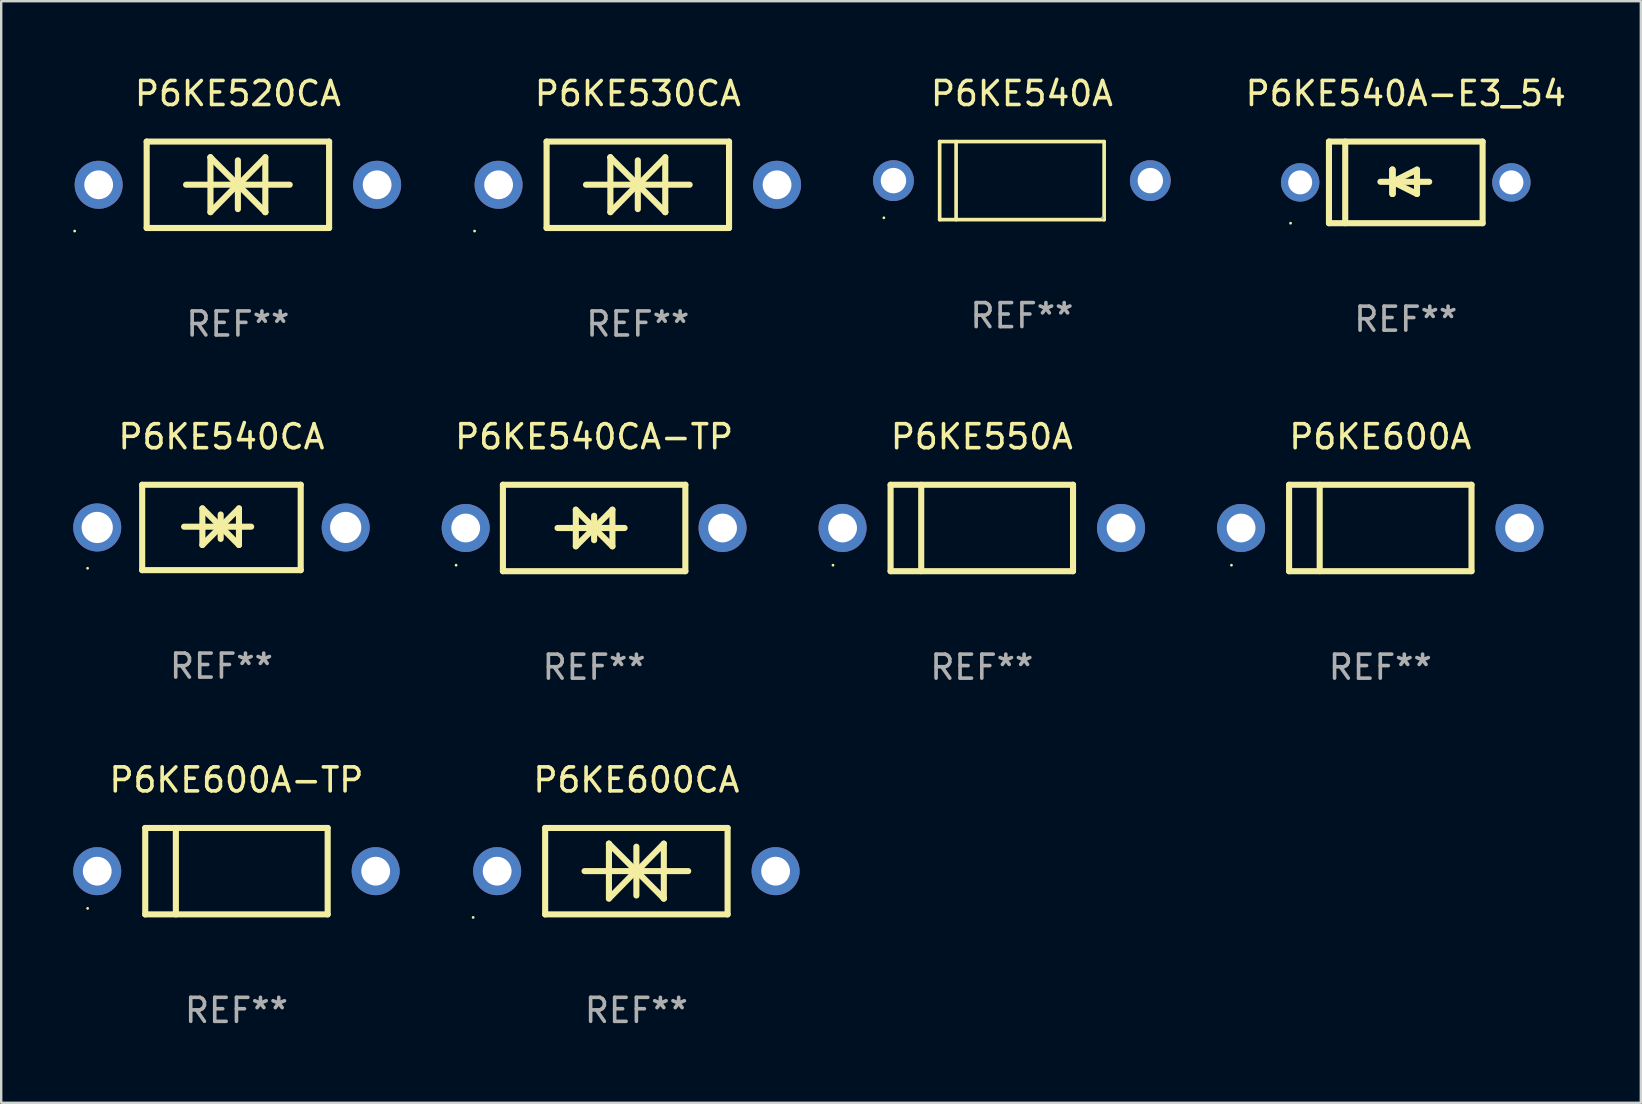
<source format=kicad_pcb>
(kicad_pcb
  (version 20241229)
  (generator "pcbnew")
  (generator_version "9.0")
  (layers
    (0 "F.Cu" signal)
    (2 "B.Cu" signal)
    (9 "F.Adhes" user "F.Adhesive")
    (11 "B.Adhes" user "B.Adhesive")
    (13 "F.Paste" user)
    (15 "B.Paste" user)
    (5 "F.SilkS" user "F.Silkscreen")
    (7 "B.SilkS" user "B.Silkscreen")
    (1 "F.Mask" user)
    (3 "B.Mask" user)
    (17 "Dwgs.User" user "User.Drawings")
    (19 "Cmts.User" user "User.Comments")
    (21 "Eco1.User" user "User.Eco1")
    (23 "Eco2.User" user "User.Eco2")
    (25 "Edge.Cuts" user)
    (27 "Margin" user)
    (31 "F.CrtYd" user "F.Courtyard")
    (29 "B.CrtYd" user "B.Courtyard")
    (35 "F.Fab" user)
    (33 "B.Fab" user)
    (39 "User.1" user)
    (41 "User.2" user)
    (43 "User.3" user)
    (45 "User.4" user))
  (footprint "P6KE530CA"
    (layer "F.Cu")
    (at 23.52 4.648)
    (property "Reference" "P6KE530CA" (at 0 -3.8 0) (layer "F.SilkS") (effects (font (size 1 1) (thickness 0.15))))
    (attr through_hole)
    (fp_line (start -3.8 -1.8) (end -3.8 1.8) (stroke (width 0.254) (type solid)) (layer "F.SilkS"))
    (fp_line (start -3.8 -1.8) (end 3.8 -1.8) (stroke (width 0.254) (type solid)) (layer "F.SilkS"))
    (fp_line (start -3.8 1.8) (end 3.8 1.8) (stroke (width 0.254) (type solid)) (layer "F.SilkS"))
    (fp_line (start -2.159 -0.003) (end 2.159 -0.003) (stroke (width 0.254) (type solid)) (layer "F.SilkS"))
    (fp_line (start -1.143 -1.146) (end -1.143 1.14) (stroke (width 0.254) (type solid)) (layer "F.SilkS"))
    (fp_line (start -1.143 -1.143) (end -1.143 -1.146) (stroke (width 0.254) (type solid)) (layer "F.SilkS"))
    (fp_line (start 0 -1.019) (end 0 1.013) (stroke (width 0.254) (type solid)) (layer "F.SilkS"))
    (fp_line (start 0 -0.026) (end -1.143 1.14) (stroke (width 0.254) (type solid)) (layer "F.SilkS"))
    (fp_line (start 0 -0.006) (end 1.143 1.137) (stroke (width 0.254) (type solid)) (layer "F.SilkS"))
    (fp_line (start 0 0) (end -1.143 -1.143) (stroke (width 0.254) (type solid)) (layer "F.SilkS"))
    (fp_line (start 0 0.02) (end 1.143 -1.146) (stroke (width 0.254) (type solid)) (layer "F.SilkS"))
    (fp_line (start 1.143 1.137) (end 1.143 1.14) (stroke (width 0.254) (type solid)) (layer "F.SilkS"))
    (fp_line (start 1.143 1.14) (end 1.143 -1.146) (stroke (width 0.254) (type solid)) (layer "F.SilkS"))
    (fp_line (start 3.8 -1.8) (end 3.8 1.8) (stroke (width 0.254) (type solid)) (layer "F.SilkS"))
    (fp_circle (center -6.8 1.927) (end -6.77 1.927) (stroke (width 0.06) (type solid)) (fill no) (layer "F.SilkS"))
    (fp_text user "REF**" (at 0 5.8 0) (layer "F.Fab") (effects (font (size 1 1) (thickness 0.15))))
    (pad "1" thru_hole circle (at -5.8 0) (size 2 2) (drill 1.2) (layers "*.Cu" "*.Mask"))
    (pad "2" thru_hole circle (at 5.8 0) (size 2 2) (drill 1.2) (layers "*.Cu" "*.Mask")))
  (footprint "P6KE600CA"
    (layer "F.Cu")
    (at 23.46 33.241)
    (property "Reference" "P6KE600CA" (at 0 -3.8 0) (layer "F.SilkS") (effects (font (size 1 1) (thickness 0.15))))
    (attr through_hole)
    (fp_line (start -3.8 -1.8) (end -3.8 1.8) (stroke (width 0.254) (type solid)) (layer "F.SilkS"))
    (fp_line (start -3.8 -1.8) (end 3.8 -1.8) (stroke (width 0.254) (type solid)) (layer "F.SilkS"))
    (fp_line (start -3.8 1.8) (end 3.8 1.8) (stroke (width 0.254) (type solid)) (layer "F.SilkS"))
    (fp_line (start -2.159 -0.003) (end 2.159 -0.003) (stroke (width 0.254) (type solid)) (layer "F.SilkS"))
    (fp_line (start -1.143 -1.146) (end -1.143 1.14) (stroke (width 0.254) (type solid)) (layer "F.SilkS"))
    (fp_line (start -1.143 -1.143) (end -1.143 -1.146) (stroke (width 0.254) (type solid)) (layer "F.SilkS"))
    (fp_line (start 0 -1.019) (end 0 1.013) (stroke (width 0.254) (type solid)) (layer "F.SilkS"))
    (fp_line (start 0 -0.026) (end -1.143 1.14) (stroke (width 0.254) (type solid)) (layer "F.SilkS"))
    (fp_line (start 0 -0.006) (end 1.143 1.137) (stroke (width 0.254) (type solid)) (layer "F.SilkS"))
    (fp_line (start 0 0) (end -1.143 -1.143) (stroke (width 0.254) (type solid)) (layer "F.SilkS"))
    (fp_line (start 0 0.02) (end 1.143 -1.146) (stroke (width 0.254) (type solid)) (layer "F.SilkS"))
    (fp_line (start 1.143 1.137) (end 1.143 1.14) (stroke (width 0.254) (type solid)) (layer "F.SilkS"))
    (fp_line (start 1.143 1.14) (end 1.143 -1.146) (stroke (width 0.254) (type solid)) (layer "F.SilkS"))
    (fp_line (start 3.8 -1.8) (end 3.8 1.8) (stroke (width 0.254) (type solid)) (layer "F.SilkS"))
    (fp_circle (center -6.8 1.927) (end -6.77 1.927) (stroke (width 0.06) (type solid)) (fill no) (layer "F.SilkS"))
    (fp_text user "REF**" (at 0 5.8 0) (layer "F.Fab") (effects (font (size 1 1) (thickness 0.15))))
    (pad "1" thru_hole circle (at -5.8 0) (size 2 2) (drill 1.2) (layers "*.Cu" "*.Mask"))
    (pad "2" thru_hole circle (at 5.8 0) (size 2 2) (drill 1.2) (layers "*.Cu" "*.Mask")))
  (footprint "P6KE540CA"
    (layer "F.Cu")
    (at 6.175 18.923)
    (property "Reference" "P6KE540CA" (at 0 -3.778 0) (layer "F.SilkS") (effects (font (size 1 1) (thickness 0.15))))
    (attr through_hole)
    (fp_line (start -3.302 -1.778) (end -3.302 1.778) (stroke (width 0.254) (type solid)) (layer "F.SilkS"))
    (fp_line (start -3.302 1.778) (end 3.302 1.778) (stroke (width 0.254) (type solid)) (layer "F.SilkS"))
    (fp_line (start -1.556 -0.032) (end 1.238 -0.032) (stroke (width 0.254) (type solid)) (layer "F.SilkS"))
    (fp_line (start -0.794 -0.794) (end 0.73 0.73) (stroke (width 0.254) (type solid)) (layer "F.SilkS"))
    (fp_line (start -0.794 0.73) (end -0.794 -0.794) (stroke (width 0.254) (type solid)) (layer "F.SilkS"))
    (fp_line (start -0.032 -0.54) (end -0.032 0.476) (stroke (width 0.254) (type solid)) (layer "F.SilkS"))
    (fp_line (start 0.73 -0.794) (end -0.794 0.73) (stroke (width 0.254) (type solid)) (layer "F.SilkS"))
    (fp_line (start 0.73 0.73) (end 0.73 -0.794) (stroke (width 0.254) (type solid)) (layer "F.SilkS"))
    (fp_line (start 3.302 -1.778) (end -3.302 -1.778) (stroke (width 0.254) (type solid)) (layer "F.SilkS"))
    (fp_line (start 3.302 1.778) (end 3.302 -1.778) (stroke (width 0.254) (type solid)) (layer "F.SilkS"))
    (fp_circle (center -5.576 1.7) (end -5.546 1.7) (stroke (width 0.06) (type solid)) (fill no) (layer "F.SilkS"))
    (fp_text user "REF**" (at 0 5.778 0) (layer "F.Fab") (effects (font (size 1 1) (thickness 0.15))))
    (pad "1" thru_hole circle (at -5.175 0) (size 2 2) (drill 1.3) (layers "*.Cu" "*.Mask"))
    (pad "2" thru_hole circle (at 5.175 0) (size 2 2) (drill 1.3) (layers "*.Cu" "*.Mask")))
  (footprint "P6KE600A-TP"
    (layer "F.Cu")
    (at 6.8 33.241)
    (property "Reference" "P6KE600A-TP" (at 0 -3.8 0) (layer "F.SilkS") (effects (font (size 1 1) (thickness 0.15))))
    (attr through_hole)
    (fp_line (start -3.8 -1.8) (end -3.8 1.8) (stroke (width 0.254) (type solid)) (layer "F.SilkS"))
    (fp_line (start -3.8 -1.8) (end 3.8 -1.8) (stroke (width 0.254) (type solid)) (layer "F.SilkS"))
    (fp_line (start -3.8 1.8) (end 3.8 1.8) (stroke (width 0.254) (type solid)) (layer "F.SilkS"))
    (fp_line (start -2.524 -1.8) (end -2.524 1.8) (stroke (width 0.254) (type solid)) (layer "F.SilkS"))
    (fp_line (start 3.8 -1.8) (end 3.8 1.8) (stroke (width 0.254) (type solid)) (layer "F.SilkS"))
    (fp_circle (center -6.2 1.55) (end -6.17 1.55) (stroke (width 0.06) (type solid)) (fill no) (layer "F.SilkS"))
    (fp_text user "REF**" (at 0 5.8 0) (layer "F.Fab") (effects (font (size 1 1) (thickness 0.15))))
    (pad "1" thru_hole circle (at -5.8 0) (size 2 2) (drill 1.2) (layers "*.Cu" "*.Mask"))
    (pad "2" thru_hole circle (at 5.8 0) (size 2 2) (drill 1.2) (layers "*.Cu" "*.Mask")))
  (footprint "P6KE540CA-TP"
    (layer "F.Cu")
    (at 21.7 18.945)
    (property "Reference" "P6KE540CA-TP" (at 0 -3.8 0) (layer "F.SilkS") (effects (font (size 1 1) (thickness 0.15))))
    (attr through_hole)
    (fp_line (start -3.8 -1.8) (end -3.8 1.8) (stroke (width 0.254) (type solid)) (layer "F.SilkS"))
    (fp_line (start -3.8 -1.8) (end 3.8 -1.8) (stroke (width 0.254) (type solid)) (layer "F.SilkS"))
    (fp_line (start -3.8 1.8) (end 3.8 1.8) (stroke (width 0.254) (type solid)) (layer "F.SilkS"))
    (fp_line (start -1.524 0) (end 1.27 0) (stroke (width 0.254) (type solid)) (layer "F.SilkS"))
    (fp_line (start -0.762 -0.762) (end 0.762 0.762) (stroke (width 0.254) (type solid)) (layer "F.SilkS"))
    (fp_line (start -0.762 0.762) (end -0.762 -0.762) (stroke (width 0.254) (type solid)) (layer "F.SilkS"))
    (fp_line (start 0 -0.508) (end 0 0.508) (stroke (width 0.254) (type solid)) (layer "F.SilkS"))
    (fp_line (start 0.762 -0.762) (end -0.762 0.762) (stroke (width 0.254) (type solid)) (layer "F.SilkS"))
    (fp_line (start 0.762 0.762) (end 0.762 -0.762) (stroke (width 0.254) (type solid)) (layer "F.SilkS"))
    (fp_line (start 3.8 -1.8) (end 3.8 1.8) (stroke (width 0.254) (type solid)) (layer "F.SilkS"))
    (fp_circle (center -5.75 1.55) (end -5.72 1.55) (stroke (width 0.06) (type solid)) (fill no) (layer "F.SilkS"))
    (fp_text user "REF**" (at 0 5.8 0) (layer "F.Fab") (effects (font (size 1 1) (thickness 0.15))))
    (pad "1" thru_hole circle (at -5.35 0) (size 2 2) (drill 1.2) (layers "*.Cu" "*.Mask"))
    (pad "2" thru_hole circle (at 5.35 0) (size 2 2) (drill 1.2) (layers "*.Cu" "*.Mask")))
  (footprint "P6KE550A"
    (layer "F.Cu")
    (at 37.85 18.945)
    (property "Reference" "P6KE550A" (at 0 -3.8 0) (layer "F.SilkS") (effects (font (size 1 1) (thickness 0.15))))
    (attr through_hole)
    (fp_line (start -3.8 -1.8) (end -3.8 1.8) (stroke (width 0.254) (type solid)) (layer "F.SilkS"))
    (fp_line (start -3.8 -1.8) (end 3.8 -1.8) (stroke (width 0.254) (type solid)) (layer "F.SilkS"))
    (fp_line (start -3.8 1.8) (end 3.8 1.8) (stroke (width 0.254) (type solid)) (layer "F.SilkS"))
    (fp_line (start -2.524 -1.8) (end -2.524 1.8) (stroke (width 0.254) (type solid)) (layer "F.SilkS"))
    (fp_line (start 3.8 -1.8) (end 3.8 1.8) (stroke (width 0.254) (type solid)) (layer "F.SilkS"))
    (fp_circle (center -6.2 1.55) (end -6.17 1.55) (stroke (width 0.06) (type solid)) (fill no) (layer "F.SilkS"))
    (fp_text user "REF**" (at 0 5.8 0) (layer "F.Fab") (effects (font (size 1 1) (thickness 0.15))))
    (pad "1" thru_hole circle (at -5.8 0) (size 2 2) (drill 1.2) (layers "*.Cu" "*.Mask"))
    (pad "2" thru_hole circle (at 5.8 0) (size 2 2) (drill 1.2) (layers "*.Cu" "*.Mask")))
  (footprint "P6KE600A"
    (layer "F.Cu")
    (at 54.45 18.945)
    (property "Reference" "P6KE600A" (at 0 -3.8 0) (layer "F.SilkS") (effects (font (size 1 1) (thickness 0.15))))
    (attr through_hole)
    (fp_line (start -3.8 -1.8) (end -3.8 1.8) (stroke (width 0.254) (type solid)) (layer "F.SilkS"))
    (fp_line (start -3.8 -1.8) (end 3.8 -1.8) (stroke (width 0.254) (type solid)) (layer "F.SilkS"))
    (fp_line (start -3.8 1.8) (end 3.8 1.8) (stroke (width 0.254) (type solid)) (layer "F.SilkS"))
    (fp_line (start -2.524 -1.8) (end -2.524 1.8) (stroke (width 0.254) (type solid)) (layer "F.SilkS"))
    (fp_line (start 3.8 -1.8) (end 3.8 1.8) (stroke (width 0.254) (type solid)) (layer "F.SilkS"))
    (fp_circle (center -6.2 1.55) (end -6.17 1.55) (stroke (width 0.06) (type solid)) (fill no) (layer "F.SilkS"))
    (fp_text user "REF**" (at 0 5.8 0) (layer "F.Fab") (effects (font (size 1 1) (thickness 0.15))))
    (pad "1" thru_hole circle (at -5.8 0) (size 2 2) (drill 1.2) (layers "*.Cu" "*.Mask"))
    (pad "2" thru_hole circle (at 5.8 0) (size 2 2) (drill 1.2) (layers "*.Cu" "*.Mask")))
  (footprint "P6KE520CA"
    (layer "F.Cu")
    (at 6.86 4.648)
    (property "Reference" "P6KE520CA" (at 0 -3.8 0) (layer "F.SilkS") (effects (font (size 1 1) (thickness 0.15))))
    (attr through_hole)
    (fp_line (start -3.8 -1.8) (end -3.8 1.8) (stroke (width 0.254) (type solid)) (layer "F.SilkS"))
    (fp_line (start -3.8 -1.8) (end 3.8 -1.8) (stroke (width 0.254) (type solid)) (layer "F.SilkS"))
    (fp_line (start -3.8 1.8) (end 3.8 1.8) (stroke (width 0.254) (type solid)) (layer "F.SilkS"))
    (fp_line (start -2.159 -0.003) (end 2.159 -0.003) (stroke (width 0.254) (type solid)) (layer "F.SilkS"))
    (fp_line (start -1.143 -1.146) (end -1.143 1.14) (stroke (width 0.254) (type solid)) (layer "F.SilkS"))
    (fp_line (start -1.143 -1.143) (end -1.143 -1.146) (stroke (width 0.254) (type solid)) (layer "F.SilkS"))
    (fp_line (start 0 -1.019) (end 0 1.013) (stroke (width 0.254) (type solid)) (layer "F.SilkS"))
    (fp_line (start 0 -0.026) (end -1.143 1.14) (stroke (width 0.254) (type solid)) (layer "F.SilkS"))
    (fp_line (start 0 -0.006) (end 1.143 1.137) (stroke (width 0.254) (type solid)) (layer "F.SilkS"))
    (fp_line (start 0 0) (end -1.143 -1.143) (stroke (width 0.254) (type solid)) (layer "F.SilkS"))
    (fp_line (start 0 0.02) (end 1.143 -1.146) (stroke (width 0.254) (type solid)) (layer "F.SilkS"))
    (fp_line (start 1.143 1.137) (end 1.143 1.14) (stroke (width 0.254) (type solid)) (layer "F.SilkS"))
    (fp_line (start 1.143 1.14) (end 1.143 -1.146) (stroke (width 0.254) (type solid)) (layer "F.SilkS"))
    (fp_line (start 3.8 -1.8) (end 3.8 1.8) (stroke (width 0.254) (type solid)) (layer "F.SilkS"))
    (fp_circle (center -6.8 1.927) (end -6.77 1.927) (stroke (width 0.06) (type solid)) (fill no) (layer "F.SilkS"))
    (fp_text user "REF**" (at 0 5.8 0) (layer "F.Fab") (effects (font (size 1 1) (thickness 0.15))))
    (pad "1" thru_hole circle (at -5.8 0) (size 2 2) (drill 1.2) (layers "*.Cu" "*.Mask"))
    (pad "2" thru_hole circle (at 5.8 0) (size 2 2) (drill 1.2) (layers "*.Cu" "*.Mask")))
  (footprint "P6KE540A-E3_54"
    (layer "F.Cu")
    (at 55.512 4.548)
    (property "Reference" "P6KE540A-E3_54" (at 0 -3.7 0) (layer "F.SilkS") (effects (font (size 1 1) (thickness 0.15))))
    (attr through_hole)
    (fp_line (start -3.2 -1.7) (end 3.2 -1.7) (stroke (width 0.254) (type solid)) (layer "F.SilkS"))
    (fp_line (start -3.2 0) (end -3.2 -1.7) (stroke (width 0.254) (type solid)) (layer "F.SilkS"))
    (fp_line (start -3.2 1.7) (end -3.2 0) (stroke (width 0.254) (type solid)) (layer "F.SilkS"))
    (fp_line (start -2.523 -1.7) (end -2.523 1.7) (stroke (width 0.254) (type solid)) (layer "F.SilkS"))
    (fp_line (start -0.561 -0.533) (end -0.561 0.483) (stroke (width 0.254) (type solid)) (layer "F.SilkS"))
    (fp_line (start -0.561 -0.025) (end -0.561 -0.533) (stroke (width 0.254) (type solid)) (layer "F.SilkS"))
    (fp_line (start -0.549 -0.025) (end -0.549 0.483) (stroke (width 0.254) (type solid)) (layer "F.SilkS"))
    (fp_line (start -0.549 -0.025) (end 0.467 0.483) (stroke (width 0.254) (type solid)) (layer "F.SilkS"))
    (fp_line (start -0.549 0.483) (end -0.549 -0.533) (stroke (width 0.254) (type solid)) (layer "F.SilkS"))
    (fp_line (start 0.467 -0.533) (end -0.549 -0.025) (stroke (width 0.254) (type solid)) (layer "F.SilkS"))
    (fp_line (start 0.467 0.483) (end 0.467 -0.533) (stroke (width 0.254) (type solid)) (layer "F.SilkS"))
    (fp_line (start 0.975 -0.025) (end -1.057 -0.025) (stroke (width 0.254) (type solid)) (layer "F.SilkS"))
    (fp_line (start 3.2 -1.7) (end 3.2 1.7) (stroke (width 0.254) (type solid)) (layer "F.SilkS"))
    (fp_line (start 3.2 1.7) (end -3.2 1.7) (stroke (width 0.254) (type solid)) (layer "F.SilkS"))
    (fp_circle (center -4.8 1.7) (end -4.77 1.7) (stroke (width 0.06) (type solid)) (fill no) (layer "F.SilkS"))
    (fp_text user "REF**" (at 0 5.7 0) (layer "F.Fab") (effects (font (size 1 1) (thickness 0.15))))
    (pad "1" thru_hole circle (at -4.4 0) (size 1.6 1.6) (drill 1) (layers "*.Cu" "*.Mask"))
    (pad "2" thru_hole circle (at 4.4 0) (size 1.6 1.6) (drill 1) (layers "*.Cu" "*.Mask")))
  (footprint "P6KE540A"
    (layer "F.Cu")
    (at 39.52 4.474)
    (property "Reference" "P6KE540A" (at 0 -3.626 0) (layer "F.SilkS") (effects (font (size 1 1) (thickness 0.15))))
    (attr through_hole)
    (fp_line (start -3.426 -1.626) (end 3.426 -1.626) (stroke (width 0.152) (type solid)) (layer "F.SilkS"))
    (fp_line (start -3.426 1.626) (end -3.426 -1.626) (stroke (width 0.152) (type solid)) (layer "F.SilkS"))
    (fp_line (start -2.741 -1.626) (end -2.741 1.626) (stroke (width 0.152) (type solid)) (layer "F.SilkS"))
    (fp_line (start 3.426 -1.626) (end 3.426 1.626) (stroke (width 0.152) (type solid)) (layer "F.SilkS"))
    (fp_line (start 3.426 1.626) (end -3.426 1.626) (stroke (width 0.152) (type solid)) (layer "F.SilkS"))
    (fp_circle (center -5.75 1.55) (end -5.72 1.55) (stroke (width 0.06) (type solid)) (fill no) (layer "F.SilkS"))
    (fp_circle (center 3.35 1.55) (end 3.38 1.55) (stroke (width 0.06) (type solid)) (fill no) (layer "F.Fab"))
    (fp_text user "REF**" (at 0 5.626 0) (layer "F.Fab") (effects (font (size 1 1) (thickness 0.15))))
    (pad "1" thru_hole circle (at -5.35 -0.000013) (size 1.7 1.7) (drill 1.06) (layers "*.Cu" "*.Mask"))
    (pad "2" thru_hole circle (at 5.35 -0.000013) (size 1.7 1.7) (drill 1.06) (layers "*.Cu" "*.Mask")))
  (gr_rect
    (start -3 -3)
    (end 65.304 42.889)
    (stroke (width 0.1) (type default))
    (fill no)
    (layer "Edge.Cuts")))
</source>
